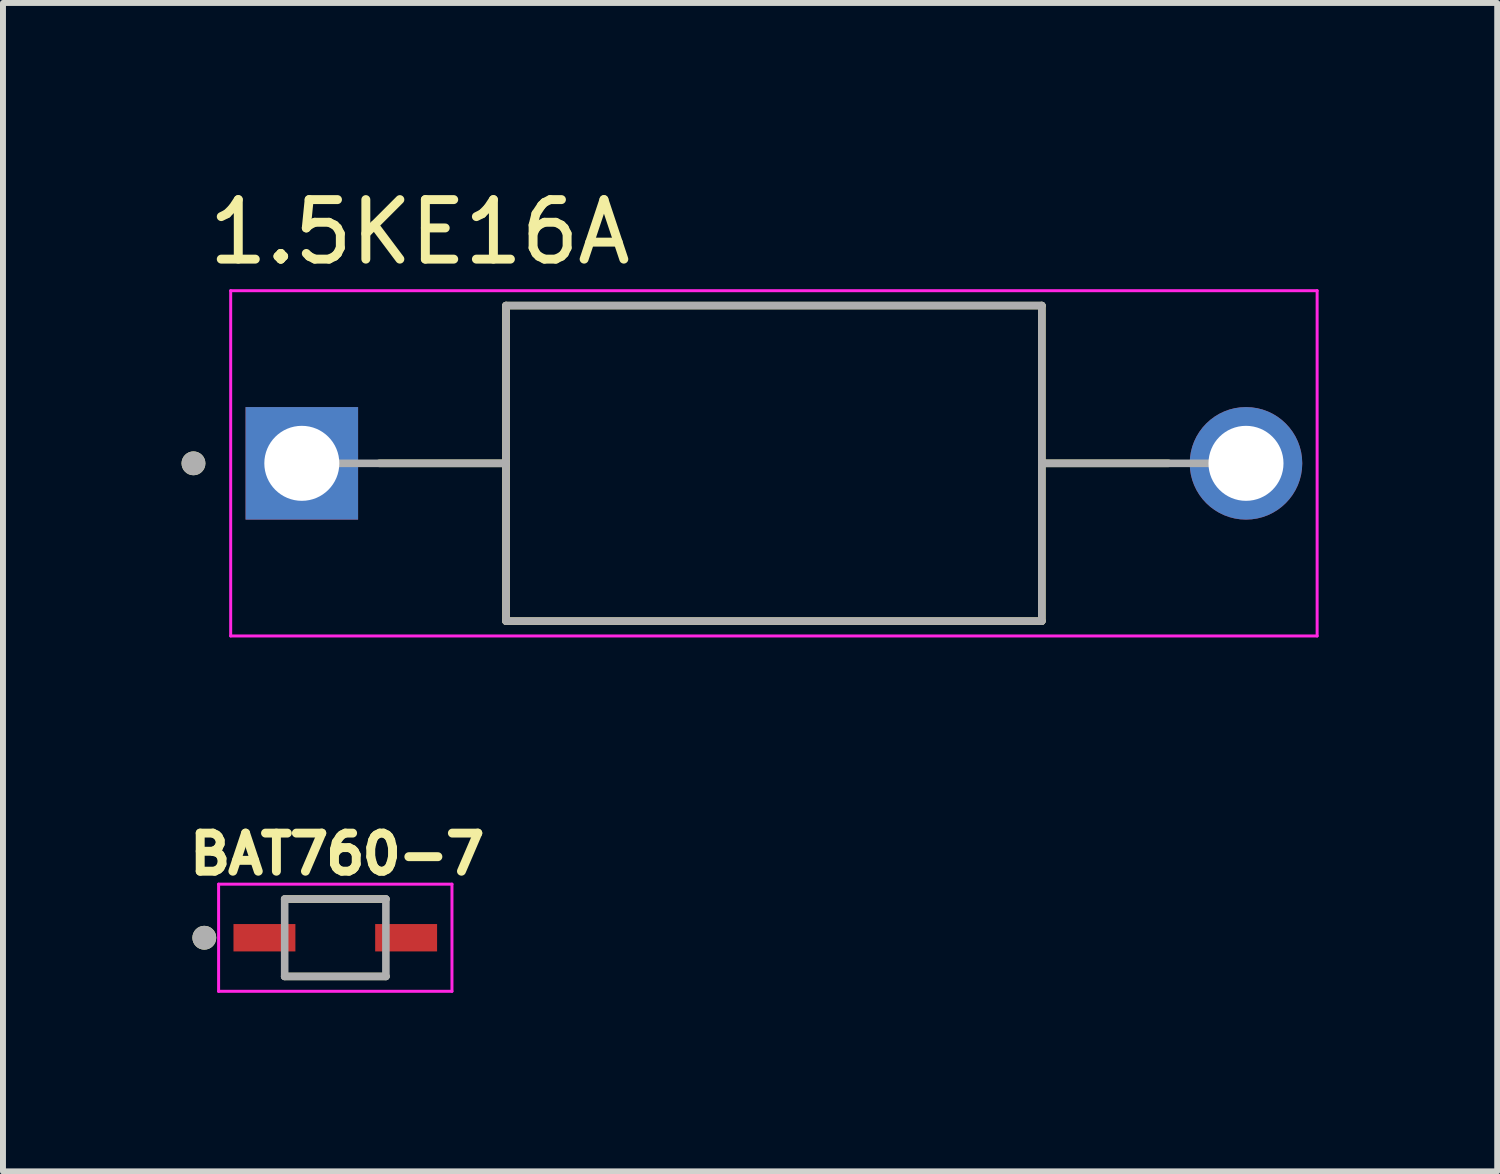
<source format=kicad_pcb>
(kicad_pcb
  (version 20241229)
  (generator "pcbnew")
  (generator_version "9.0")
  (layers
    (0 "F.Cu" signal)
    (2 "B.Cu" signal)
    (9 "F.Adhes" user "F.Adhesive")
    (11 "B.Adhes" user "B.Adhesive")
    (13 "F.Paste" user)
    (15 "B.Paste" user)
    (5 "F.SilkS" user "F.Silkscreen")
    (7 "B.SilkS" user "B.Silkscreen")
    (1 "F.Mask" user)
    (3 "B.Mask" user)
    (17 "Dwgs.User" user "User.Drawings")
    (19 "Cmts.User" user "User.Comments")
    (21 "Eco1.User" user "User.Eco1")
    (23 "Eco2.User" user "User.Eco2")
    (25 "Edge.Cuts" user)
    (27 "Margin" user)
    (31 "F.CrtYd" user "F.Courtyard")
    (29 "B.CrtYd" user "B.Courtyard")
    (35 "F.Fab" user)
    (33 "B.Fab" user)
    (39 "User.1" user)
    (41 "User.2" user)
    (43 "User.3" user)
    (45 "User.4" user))
  (footprint "1.5KE16A"
    (layer "F.Cu")
    (at 9.95 4.733)
    (property "Reference" "1.5KE16A" (at -5.95 -3.885 0) (layer "F.SilkS") (effects (font (size 1 1) (thickness 0.15))))
    (attr through_hole)
    (fp_line (start -4.5 -2.65) (end -4.5 0) (stroke (width 0.127) (type solid)) (layer "F.SilkS"))
    (fp_line (start -4.5 0) (end -6.63 0) (stroke (width 0.127) (type solid)) (layer "F.SilkS"))
    (fp_line (start -4.5 0) (end -4.5 2.65) (stroke (width 0.127) (type solid)) (layer "F.SilkS"))
    (fp_line (start -4.5 2.65) (end 4.5 2.65) (stroke (width 0.127) (type solid)) (layer "F.SilkS"))
    (fp_line (start 4.5 -2.65) (end -4.5 -2.65) (stroke (width 0.127) (type solid)) (layer "F.SilkS"))
    (fp_line (start 4.5 0) (end 4.5 -2.65) (stroke (width 0.127) (type solid)) (layer "F.SilkS"))
    (fp_line (start 4.5 0) (end 6.63 0) (stroke (width 0.127) (type solid)) (layer "F.SilkS"))
    (fp_line (start 4.5 2.65) (end 4.5 0) (stroke (width 0.127) (type solid)) (layer "F.SilkS"))
    (fp_circle (center -9.75 0) (end -9.65 0) (stroke (width 0.2) (type solid)) (fill no) (layer "F.SilkS"))
    (fp_line (start -9.125 -2.9) (end -9.125 2.9) (stroke (width 0.05) (type solid)) (layer "F.CrtYd"))
    (fp_line (start -9.125 2.9) (end 9.125 2.9) (stroke (width 0.05) (type solid)) (layer "F.CrtYd"))
    (fp_line (start 9.125 -2.9) (end -9.125 -2.9) (stroke (width 0.05) (type solid)) (layer "F.CrtYd"))
    (fp_line (start 9.125 2.9) (end 9.125 -2.9) (stroke (width 0.05) (type solid)) (layer "F.CrtYd"))
    (fp_line (start -4.5 -2.65) (end -4.5 0) (stroke (width 0.127) (type solid)) (layer "F.Fab"))
    (fp_line (start -4.5 0) (end -7.93 0) (stroke (width 0.127) (type solid)) (layer "F.Fab"))
    (fp_line (start -4.5 0) (end -4.5 2.65) (stroke (width 0.127) (type solid)) (layer "F.Fab"))
    (fp_line (start -4.5 2.65) (end 4.5 2.65) (stroke (width 0.127) (type solid)) (layer "F.Fab"))
    (fp_line (start 4.5 -2.65) (end -4.5 -2.65) (stroke (width 0.127) (type solid)) (layer "F.Fab"))
    (fp_line (start 4.5 0) (end 4.5 -2.65) (stroke (width 0.127) (type solid)) (layer "F.Fab"))
    (fp_line (start 4.5 0) (end 7.93 0) (stroke (width 0.127) (type solid)) (layer "F.Fab"))
    (fp_line (start 4.5 2.65) (end 4.5 0) (stroke (width 0.127) (type solid)) (layer "F.Fab"))
    (fp_circle (center -9.75 0) (end -9.65 0) (stroke (width 0.2) (type solid)) (fill no) (layer "F.Fab"))
    (pad "A" thru_hole circle (at 7.93 0) (size 1.89 1.89) (drill 1.26) (layers "*.Cu" "*.Mask"))
    (pad "C" thru_hole rect (at -7.93 0) (size 1.89 1.89) (drill 1.26) (layers "*.Cu" "*.Mask")))
  (footprint "BAT760-7"
    (layer "F.Cu")
    (at 2.582 12.702)
    (property "Reference" "BAT760-7" (at 0.032 -1.406 0) (layer "F.SilkS") (effects (font (size 0.64 0.64) (thickness 0.15))))
    (attr smd)
    (fp_line (start -0.85 0.65) (end 0.85 0.65) (stroke (width 0.127) (type solid)) (layer "F.SilkS"))
    (fp_line (start 0.85 -0.65) (end -0.85 -0.65) (stroke (width 0.127) (type solid)) (layer "F.SilkS"))
    (fp_circle (center -2.2 0) (end -2.1 0) (stroke (width 0.2) (type solid)) (fill no) (layer "F.SilkS"))
    (fp_line (start -1.96 -0.9) (end -1.96 0.9) (stroke (width 0.05) (type solid)) (layer "F.CrtYd"))
    (fp_line (start -1.96 0.9) (end 1.96 0.9) (stroke (width 0.05) (type solid)) (layer "F.CrtYd"))
    (fp_line (start 1.96 -0.9) (end -1.96 -0.9) (stroke (width 0.05) (type solid)) (layer "F.CrtYd"))
    (fp_line (start 1.96 0.9) (end 1.96 -0.9) (stroke (width 0.05) (type solid)) (layer "F.CrtYd"))
    (fp_line (start -0.85 -0.65) (end -0.85 0.65) (stroke (width 0.127) (type solid)) (layer "F.Fab"))
    (fp_line (start -0.85 0.65) (end 0.85 0.65) (stroke (width 0.127) (type solid)) (layer "F.Fab"))
    (fp_line (start 0.85 -0.65) (end -0.85 -0.65) (stroke (width 0.127) (type solid)) (layer "F.Fab"))
    (fp_line (start 0.85 0.65) (end 0.85 -0.65) (stroke (width 0.127) (type solid)) (layer "F.Fab"))
    (fp_circle (center -2.2 0) (end -2.1 0) (stroke (width 0.2) (type solid)) (fill no) (layer "F.Fab"))
    (pad "1" smd rect (at -1.19 0) (size 1.04 0.46) (layers "F.Cu" "F.Mask" "F.Paste"))
    (pad "2" smd rect (at 1.19 0) (size 1.04 0.46) (layers "F.Cu" "F.Mask" "F.Paste")))
  (gr_rect
    (start -3 -3)
    (end 22.1 16.627)
    (stroke (width 0.1) (type default))
    (fill no)
    (layer "Edge.Cuts")))
</source>
